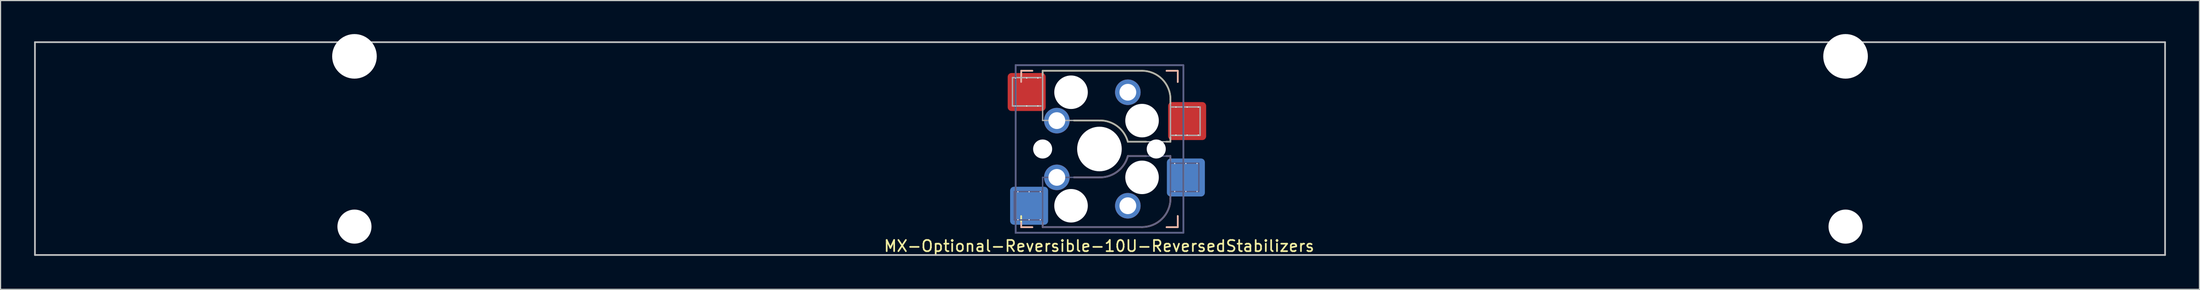
<source format=kicad_pcb>
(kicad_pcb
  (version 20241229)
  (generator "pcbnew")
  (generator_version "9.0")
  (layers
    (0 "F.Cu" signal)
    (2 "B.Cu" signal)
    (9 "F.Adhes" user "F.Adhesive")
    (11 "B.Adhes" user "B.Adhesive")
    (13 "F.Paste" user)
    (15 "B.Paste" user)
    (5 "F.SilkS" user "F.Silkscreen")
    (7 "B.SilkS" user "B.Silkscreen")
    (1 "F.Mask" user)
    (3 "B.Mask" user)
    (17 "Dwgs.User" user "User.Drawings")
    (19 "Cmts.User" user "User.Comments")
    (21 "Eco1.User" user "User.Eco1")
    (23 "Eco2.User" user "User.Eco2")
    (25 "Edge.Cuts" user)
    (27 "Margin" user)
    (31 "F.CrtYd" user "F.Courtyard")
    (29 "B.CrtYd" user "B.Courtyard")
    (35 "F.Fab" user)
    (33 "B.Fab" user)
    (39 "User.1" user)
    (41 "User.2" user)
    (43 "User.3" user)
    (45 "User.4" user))
  (footprint "MX-Optional-Reversible-10U-ReversedStabilizers"
    (layer "F.Cu")
    (at 95.325 10.249)
    (property "Reference" "MX-Optional-Reversible-10U-ReversedStabilizers" (at -0.077 8.726 180) (layer "F.SilkS") (effects (font (size 1 1) (thickness 0.15))))
    (attr smd)
    (fp_rect (start -8.258 -6.062) (end -4.858 -4.062) (stroke (width 0.1) (type solid)) (fill yes) (layer "F.Mask"))
    (fp_rect (start 6.092 -3.462) (end 9.492 -1.462) (stroke (width 0.1) (type solid)) (fill yes) (layer "F.Mask"))
    (fp_rect (start -8.041 4.118) (end -4.641 6.118) (stroke (width 0.1) (type solid)) (fill yes) (layer "B.Mask"))
    (fp_rect (start 5.979 1.588) (end 9.379 3.588) (stroke (width 0.1) (type solid)) (fill yes) (layer "B.Mask"))
    (fp_line (start -7.051 -6.962) (end -6.051 -6.962) (stroke (width 0.15) (type solid)) (layer "F.SilkS"))
    (fp_line (start -7.051 -6.566) (end -7.051 -6.962) (stroke (width 0.15) (type solid)) (layer "F.SilkS"))
    (fp_line (start -7.051 7.038) (end -7.051 6.038) (stroke (width 0.15) (type solid)) (layer "F.SilkS"))
    (fp_line (start -6.051 7.038) (end -7.051 7.038) (stroke (width 0.15) (type solid)) (layer "F.SilkS"))
    (fp_line (start -5.131 -6.581) (end -5.131 -6.962) (stroke (width 0.15) (type solid)) (layer "F.SilkS"))
    (fp_line (start -2.337 -2.517) (end -0.051 -2.517) (stroke (width 0.15) (type solid)) (layer "F.SilkS"))
    (fp_line (start 2.489 -0.612) (end 4.14 -0.612) (stroke (width 0.15) (type solid)) (layer "F.SilkS"))
    (fp_line (start 3.759 -6.962) (end -5.131 -6.962) (stroke (width 0.15) (type solid)) (layer "F.SilkS"))
    (fp_line (start 5.918 -0.612) (end 6.299 -0.612) (stroke (width 0.15) (type solid)) (layer "F.SilkS"))
    (fp_line (start 5.949 -6.962) (end 6.949 -6.962) (stroke (width 0.15) (type solid)) (layer "F.SilkS"))
    (fp_line (start 6.299 -4.041) (end 6.299 -4.422) (stroke (width 0.15) (type solid)) (layer "F.SilkS"))
    (fp_line (start 6.299 -0.612) (end 6.299 -0.993) (stroke (width 0.15) (type solid)) (layer "F.SilkS"))
    (fp_line (start 6.949 -6.962) (end 6.949 -5.962) (stroke (width 0.15) (type solid)) (layer "F.SilkS"))
    (fp_line (start 6.949 6.038) (end 6.949 7.038) (stroke (width 0.15) (type solid)) (layer "F.SilkS"))
    (fp_line (start 6.949 7.038) (end 5.949 7.038) (stroke (width 0.15) (type solid)) (layer "F.SilkS"))
    (fp_arc (start -0.05085 -2.51696) (mid 1.54712 -2.001754) (end 2.48915 -0.61196) (stroke (width 0.15) (type solid)) (layer "F.SilkS"))
    (fp_arc (start 3.75915 -6.96196) (mid 5.555201 -6.218011) (end 6.29915 -4.42196) (stroke (width 0.15) (type solid)) (layer "F.SilkS"))
    (fp_line (start -7.051 -6.962) (end -6.051 -6.962) (stroke (width 0.15) (type solid)) (layer "B.SilkS"))
    (fp_line (start -7.051 -5.962) (end -7.051 -6.962) (stroke (width 0.15) (type solid)) (layer "B.SilkS"))
    (fp_line (start -7.051 7.038) (end -7.051 6.642) (stroke (width 0.15) (type solid)) (layer "B.SilkS"))
    (fp_line (start -6.051 7.038) (end -7.051 7.038) (stroke (width 0.15) (type solid)) (layer "B.SilkS"))
    (fp_line (start -5.131 7.023) (end -5.131 6.642) (stroke (width 0.15) (type solid)) (layer "B.SilkS"))
    (fp_line (start -5.131 7.023) (end 3.759 7.023) (stroke (width 0.15) (type solid)) (layer "B.SilkS"))
    (fp_line (start -0.051 2.578) (end -2.337 2.578) (stroke (width 0.15) (type solid)) (layer "B.SilkS"))
    (fp_line (start 4.14 0.673) (end 2.489 0.673) (stroke (width 0.15) (type solid)) (layer "B.SilkS"))
    (fp_line (start 5.949 -6.962) (end 6.949 -6.962) (stroke (width 0.15) (type solid)) (layer "B.SilkS"))
    (fp_line (start 6.299 0.673) (end 5.918 0.673) (stroke (width 0.15) (type solid)) (layer "B.SilkS"))
    (fp_line (start 6.299 1.054) (end 6.299 0.673) (stroke (width 0.15) (type solid)) (layer "B.SilkS"))
    (fp_line (start 6.299 4.483) (end 6.299 4.102) (stroke (width 0.15) (type solid)) (layer "B.SilkS"))
    (fp_line (start 6.949 -6.962) (end 6.949 -5.962) (stroke (width 0.15) (type solid)) (layer "B.SilkS"))
    (fp_line (start 6.949 6.038) (end 6.949 7.038) (stroke (width 0.15) (type solid)) (layer "B.SilkS"))
    (fp_line (start 6.949 7.038) (end 5.949 7.038) (stroke (width 0.15) (type solid)) (layer "B.SilkS"))
    (fp_arc (start 2.48915 0.67304) (mid 1.547119 2.062831) (end -0.05085 2.57804) (stroke (width 0.15) (type solid)) (layer "B.SilkS"))
    (fp_arc (start 6.29915 4.48304) (mid 5.555201 6.279091) (end 3.75915 7.02304) (stroke (width 0.15) (type solid)) (layer "B.SilkS"))
    (fp_line (start -95.25 9.525) (end -95.25 -9.525) (stroke (width 0.15) (type solid)) (layer "Dwgs.User"))
    (fp_line (start 95.25 -9.525) (end -95.25 -9.525) (stroke (width 0.15) (type solid)) (layer "Dwgs.User"))
    (fp_line (start 95.25 9.525) (end -95.25 9.525) (stroke (width 0.15) (type solid)) (layer "Dwgs.User"))
    (fp_line (start 95.25 9.525) (end 95.25 -9.525) (stroke (width 0.15) (type solid)) (layer "Dwgs.User"))
    (fp_line (start -6.951 6.938) (end -6.951 -6.862) (stroke (width 0.15) (type solid)) (layer "Eco2.User"))
    (fp_line (start -6.951 6.938) (end 6.849 6.938) (stroke (width 0.15) (type solid)) (layer "Eco2.User"))
    (fp_line (start 6.849 -6.862) (end -6.951 -6.862) (stroke (width 0.15) (type solid)) (layer "Eco2.User"))
    (fp_line (start 6.849 -6.862) (end 6.849 6.938) (stroke (width 0.15) (type solid)) (layer "Eco2.User"))
    (fp_line (start -7.671 3.848) (end -7.671 6.388) (stroke (width 0.12) (type solid)) (layer "B.Fab"))
    (fp_line (start -7.671 6.388) (end -5.131 6.388) (stroke (width 0.12) (type solid)) (layer "B.Fab"))
    (fp_line (start -7.551 -7.462) (end 7.449 -7.462) (stroke (width 0.15) (type solid)) (layer "B.Fab"))
    (fp_line (start -7.551 7.538) (end -7.551 -7.462) (stroke (width 0.15) (type solid)) (layer "B.Fab"))
    (fp_line (start -5.131 2.578) (end -5.131 7.023) (stroke (width 0.12) (type solid)) (layer "B.Fab"))
    (fp_line (start -5.131 3.848) (end -7.671 3.848) (stroke (width 0.12) (type solid)) (layer "B.Fab"))
    (fp_line (start -5.131 7.023) (end 3.759 7.023) (stroke (width 0.12) (type solid)) (layer "B.Fab"))
    (fp_line (start -0.051 2.578) (end -5.131 2.578) (stroke (width 0.12) (type solid)) (layer "B.Fab"))
    (fp_line (start 6.299 0.673) (end 2.489 0.673) (stroke (width 0.12) (type solid)) (layer "B.Fab"))
    (fp_line (start 6.299 3.848) (end 8.839 3.848) (stroke (width 0.12) (type solid)) (layer "B.Fab"))
    (fp_line (start 6.299 4.483) (end 6.299 0.673) (stroke (width 0.12) (type solid)) (layer "B.Fab"))
    (fp_line (start 7.449 -7.462) (end 7.449 7.538) (stroke (width 0.15) (type solid)) (layer "B.Fab"))
    (fp_line (start 7.449 7.538) (end -7.551 7.538) (stroke (width 0.15) (type solid)) (layer "B.Fab"))
    (fp_line (start 8.839 1.308) (end 6.299 1.308) (stroke (width 0.12) (type solid)) (layer "B.Fab"))
    (fp_line (start 8.839 3.848) (end 8.839 1.308) (stroke (width 0.12) (type solid)) (layer "B.Fab"))
    (fp_arc (start 2.48915 0.67304) (mid 1.547119 2.062831) (end -0.05085 2.57804) (stroke (width 0.12) (type solid)) (layer "B.Fab"))
    (fp_arc (start 6.29915 4.48304) (mid 5.555201 6.279091) (end 3.75915 7.02304) (stroke (width 0.12) (type solid)) (layer "B.Fab"))
    (fp_line (start -7.828 -6.352) (end -7.828 -3.812) (stroke (width 0.12) (type solid)) (layer "F.Fab"))
    (fp_line (start -7.828 -3.812) (end -5.288 -3.812) (stroke (width 0.12) (type solid)) (layer "F.Fab"))
    (fp_line (start -7.828 -3.812) (end -5.288 -3.812) (stroke (width 0.12) (type solid)) (layer "F.Fab"))
    (fp_line (start -7.551 -7.462) (end 7.449 -7.462) (stroke (width 0.15) (type solid)) (layer "F.Fab"))
    (fp_line (start -7.551 7.538) (end -7.551 -7.462) (stroke (width 0.15) (type solid)) (layer "F.Fab"))
    (fp_line (start -5.288 -6.352) (end -7.828 -6.352) (stroke (width 0.12) (type solid)) (layer "F.Fab"))
    (fp_line (start -5.131 -6.962) (end -5.131 -2.517) (stroke (width 0.12) (type solid)) (layer "F.Fab"))
    (fp_line (start -5.131 -2.517) (end -0.051 -2.517) (stroke (width 0.12) (type solid)) (layer "F.Fab"))
    (fp_line (start 2.489 -0.612) (end 6.299 -0.612) (stroke (width 0.12) (type solid)) (layer "F.Fab"))
    (fp_line (start 3.759 -6.962) (end -5.131 -6.962) (stroke (width 0.12) (type solid)) (layer "F.Fab"))
    (fp_line (start 6.299 -0.612) (end 6.299 -4.422) (stroke (width 0.12) (type solid)) (layer "F.Fab"))
    (fp_line (start 6.412 -1.182) (end 8.952 -1.182) (stroke (width 0.12) (type solid)) (layer "F.Fab"))
    (fp_line (start 7.449 -7.462) (end 7.449 7.538) (stroke (width 0.15) (type solid)) (layer "F.Fab"))
    (fp_line (start 7.449 7.538) (end -7.551 7.538) (stroke (width 0.15) (type solid)) (layer "F.Fab"))
    (fp_line (start 8.952 -3.722) (end 6.412 -3.722) (stroke (width 0.12) (type solid)) (layer "F.Fab"))
    (fp_line (start 8.952 -1.182) (end 8.952 -3.722) (stroke (width 0.12) (type solid)) (layer "F.Fab"))
    (fp_arc (start -0.05085 -2.51696) (mid 1.547122 -2.001755) (end 2.48915 -0.61196) (stroke (width 0.12) (type solid)) (layer "F.Fab"))
    (fp_arc (start 3.75915 -6.96196) (mid 5.555201 -6.218011) (end 6.29915 -4.42196) (stroke (width 0.12) (type solid)) (layer "F.Fab"))
    (pad "" np_thru_hole circle (at -66.675 -8.255) (size 3.988 3.988) (drill 3.988) (layers "*.Cu" "*.Mask"))
    (pad "" np_thru_hole circle (at -66.675 6.985) (size 3.048 3.048) (drill 3.048) (layers "*.Cu" "*.Mask"))
    (pad "" np_thru_hole circle (at -5.131 0.038) (size 1.702 1.702) (drill 1.702) (layers "*.Cu" "*.Mask"))
    (pad "" np_thru_hole circle (at -2.591 -5.042) (size 3 3) (drill 3) (layers "*.Cu" "*.Mask"))
    (pad "" np_thru_hole circle (at -2.591 5.118) (size 3 3) (drill 3) (layers "*.Cu" "*.Mask"))
    (pad "" np_thru_hole circle (at -0.051 0.038) (size 3.988 3.988) (drill 3.988) (layers "*.Cu" "*.Mask"))
    (pad "" np_thru_hole circle (at 3.759 -2.502) (size 3 3) (drill 3) (layers "*.Cu" "*.Mask"))
    (pad "" np_thru_hole circle (at 3.759 2.578) (size 3 3) (drill 3) (layers "*.Cu" "*.Mask"))
    (pad "" np_thru_hole circle (at 5.029 0.038) (size 1.702 1.702) (drill 1.702) (layers "*.Cu" "*.Mask"))
    (pad "" np_thru_hole circle (at 66.675 -8.255) (size 3.988 3.988) (drill 3.988) (layers "*.Cu" "*.Mask"))
    (pad "" np_thru_hole circle (at 66.675 6.985) (size 3.048 3.048) (drill 3.048) (layers "*.Cu" "*.Mask"))
    (pad "1" thru_hole circle (at -7.558 -6.312 270) (size 0.1 0.1) (drill 0.3) (layers "*.Cu" "*.Mask"))
    (pad "1" thru_hole circle (at -7.558 -3.812 270) (size 0.1 0.1) (drill 0.3) (layers "*.Cu" "*.Mask"))
    (pad "1" thru_hole circle (at -7.341 3.868 270) (size 0.1 0.1) (drill 0.3) (layers "*.Cu" "*.Mask"))
    (pad "1" thru_hole circle (at -7.341 6.368 270) (size 0.1 0.1) (drill 0.3) (layers "*.Cu" "*.Mask"))
    (pad "1" thru_hole circle (at -6.558 -6.312 270) (size 0.1 0.1) (drill 0.3) (layers "*.Cu"))
    (pad "1" smd roundrect (at -6.558 -5.062 180) (size 3.4 3.4) (property pad_prop_bga) (layers "F.Cu" "F.Paste") (roundrect_rratio 0.1))
    (pad "1" thru_hole circle (at -6.558 -3.812 270) (size 0.1 0.1) (drill 0.3) (layers "*.Cu" "*.Mask"))
    (pad "1" thru_hole circle (at -6.341 3.868 270) (size 0.1 0.1) (drill 0.3) (layers "*.Cu"))
    (pad "1" smd roundrect (at -6.341 5.118) (size 3.4 3.4) (property pad_prop_bga) (layers "B.Cu" "B.Paste") (roundrect_rratio 0.1))
    (pad "1" thru_hole circle (at -6.341 6.368 270) (size 0.1 0.1) (drill 0.3) (layers "*.Cu" "*.Mask"))
    (pad "1" thru_hole circle (at -5.558 -6.312 270) (size 0.1 0.1) (drill 0.3) (layers "*.Cu"))
    (pad "1" thru_hole circle (at -5.558 -3.812 270) (size 0.1 0.1) (drill 0.3) (layers "*.Cu" "*.Mask"))
    (pad "1" thru_hole circle (at -5.341 3.868 270) (size 0.1 0.1) (drill 0.3) (layers "*.Cu"))
    (pad "1" thru_hole circle (at -5.341 6.368 270) (size 0.1 0.1) (drill 0.3) (layers "*.Cu" "*.Mask"))
    (pad "1" thru_hole circle (at -3.861 -2.502) (size 2.286 2.286) (drill 1.499) (layers "*.Cu" "*.Mask"))
    (pad "1" thru_hole circle (at -3.861 2.578) (size 2.286 2.286) (drill 1.499) (layers "*.Cu" "*.Mask"))
    (pad "2" thru_hole circle (at 2.489 -5.042) (size 2.286 2.286) (drill 1.499) (layers "*.Cu" "*.Mask"))
    (pad "2" thru_hole circle (at 2.489 5.118) (size 2.286 2.286) (drill 1.499) (layers "*.Cu" "*.Mask"))
    (pad "2" thru_hole circle (at 6.679 1.338 270) (size 0.1 0.1) (drill 0.3) (layers "*.Cu" "*.Mask"))
    (pad "2" thru_hole circle (at 6.679 3.838 270) (size 0.1 0.1) (drill 0.3) (layers "*.Cu" "*.Mask"))
    (pad "2" thru_hole circle (at 6.792 -3.712 270) (size 0.1 0.1) (drill 0.3) (layers "*.Cu" "*.Mask"))
    (pad "2" thru_hole circle (at 6.792 -1.212 270) (size 0.1 0.1) (drill 0.3) (layers "*.Cu" "*.Mask"))
    (pad "2" thru_hole circle (at 7.679 1.338 270) (size 0.1 0.1) (drill 0.3) (layers "*.Cu" "*.Mask"))
    (pad "2" smd roundrect (at 7.679 2.588) (size 3.4 3.4) (property pad_prop_bga) (layers "B.Cu" "B.Paste") (roundrect_rratio 0.1))
    (pad "2" thru_hole circle (at 7.679 3.838 270) (size 0.1 0.1) (drill 0.3) (layers "*.Cu"))
    (pad "2" thru_hole circle (at 7.792 -3.712 270) (size 0.1 0.1) (drill 0.3) (layers "*.Cu"))
    (pad "2" smd roundrect (at 7.792 -2.462 180) (size 3.4 3.4) (property pad_prop_bga) (layers "F.Cu" "F.Paste") (roundrect_rratio 0.1))
    (pad "2" thru_hole circle (at 7.792 -1.212 270) (size 0.1 0.1) (drill 0.3) (layers "*.Cu" "*.Mask"))
    (pad "2" thru_hole circle (at 8.679 1.338 270) (size 0.1 0.1) (drill 0.3) (layers "*.Cu" "*.Mask"))
    (pad "2" thru_hole circle (at 8.679 3.838 270) (size 0.1 0.1) (drill 0.3) (layers "*.Cu"))
    (pad "2" thru_hole circle (at 8.792 -3.712 270) (size 0.1 0.1) (drill 0.3) (layers "*.Cu"))
    (pad "2" thru_hole circle (at 8.792 -1.212 270) (size 0.1 0.1) (drill 0.3) (layers "*.Cu" "*.Mask")))
  (gr_rect
    (start -3 -3)
    (end 193.65 22.849)
    (stroke (width 0.1) (type default))
    (fill no)
    (layer "Edge.Cuts")))
</source>
